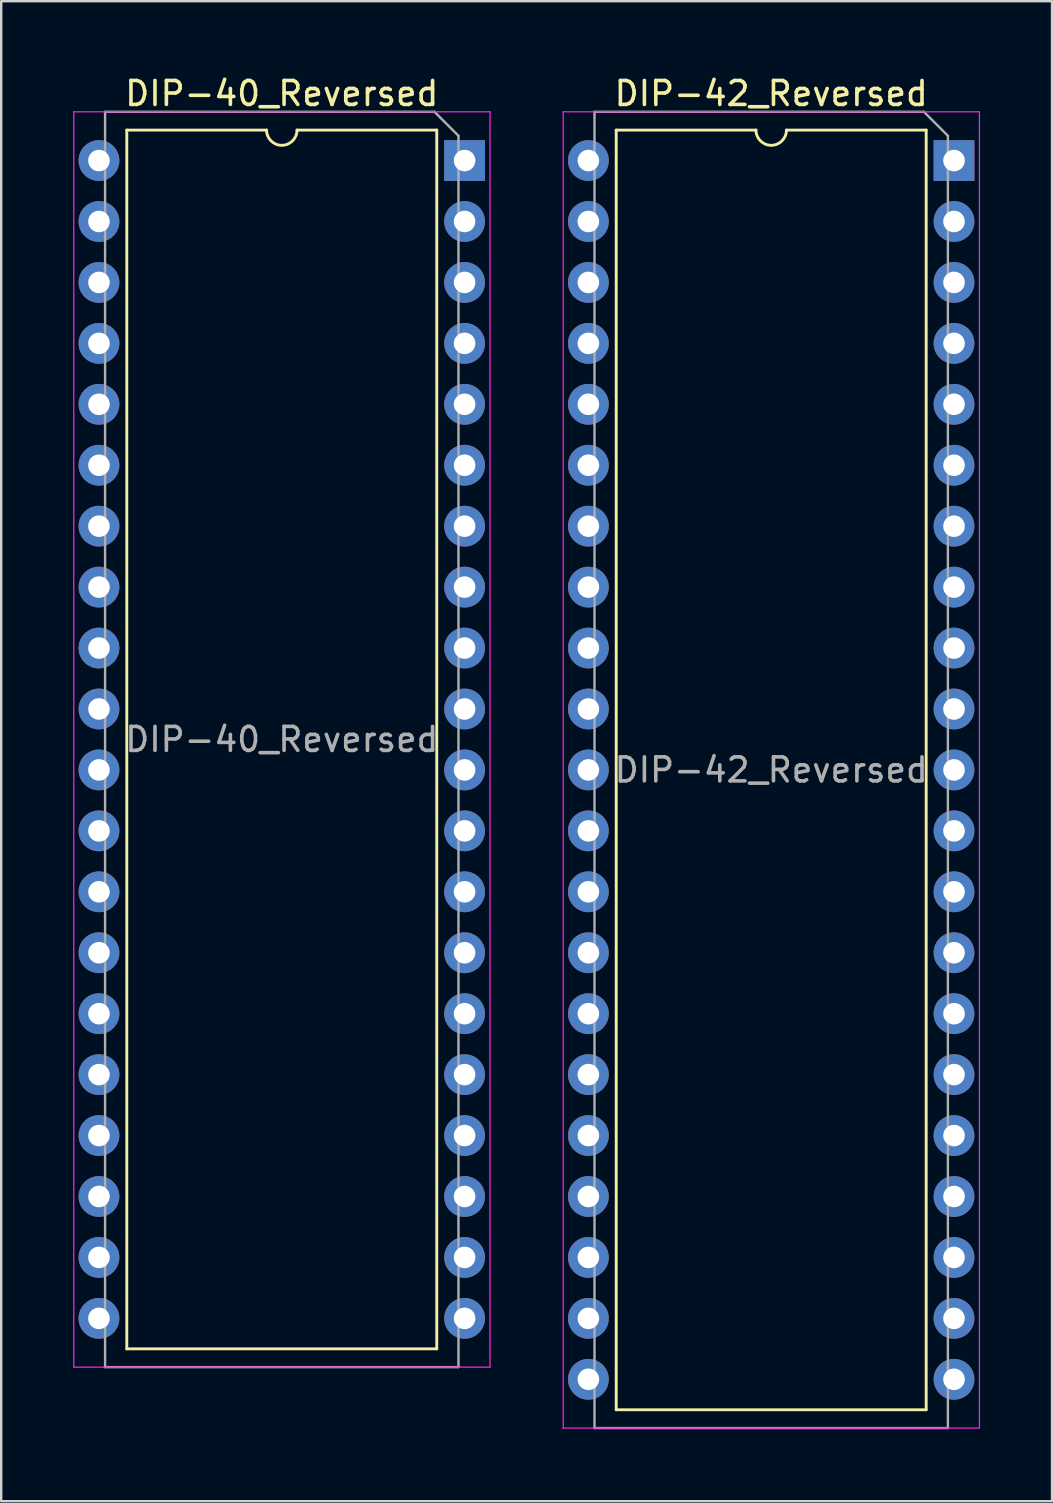
<source format=kicad_pcb>
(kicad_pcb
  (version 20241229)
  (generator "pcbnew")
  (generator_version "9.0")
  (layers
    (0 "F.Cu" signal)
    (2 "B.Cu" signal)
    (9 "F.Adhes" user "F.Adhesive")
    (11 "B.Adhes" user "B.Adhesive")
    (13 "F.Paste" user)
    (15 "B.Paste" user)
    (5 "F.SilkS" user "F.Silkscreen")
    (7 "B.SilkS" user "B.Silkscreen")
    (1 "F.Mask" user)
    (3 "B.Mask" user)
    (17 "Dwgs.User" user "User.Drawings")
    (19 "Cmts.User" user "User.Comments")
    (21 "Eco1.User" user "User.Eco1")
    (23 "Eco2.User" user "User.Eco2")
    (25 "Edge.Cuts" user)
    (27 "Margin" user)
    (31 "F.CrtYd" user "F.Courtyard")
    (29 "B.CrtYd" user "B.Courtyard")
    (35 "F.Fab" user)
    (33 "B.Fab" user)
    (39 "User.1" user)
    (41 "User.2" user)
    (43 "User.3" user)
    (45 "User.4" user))
  (footprint "DIP-40_Reversed"
    (layer "F.Cu")
    (at 16.315 3.642)
    (property "Reference" "DIP-40_Reversed" (at -7.62 -2.794 0) (layer "F.SilkS") (effects (font (size 1 1) (thickness 0.15))))
    (attr through_hole)
    (fp_line (start -14.08 -1.27) (end -14.08 49.53) (stroke (width 0.12) (type solid)) (layer "F.SilkS"))
    (fp_line (start -14.08 49.53) (end -1.16 49.53) (stroke (width 0.12) (type solid)) (layer "F.SilkS"))
    (fp_line (start -8.255 -1.27) (end -14.08 -1.27) (stroke (width 0.12) (type solid)) (layer "F.SilkS"))
    (fp_line (start -1.16 -1.27) (end -6.985 -1.27) (stroke (width 0.12) (type solid)) (layer "F.SilkS"))
    (fp_line (start -1.16 49.53) (end -1.16 -1.27) (stroke (width 0.12) (type solid)) (layer "F.SilkS"))
    (fp_arc (start -6.985 -1.27) (mid -7.62 -0.635) (end -8.255 -1.27) (stroke (width 0.12) (type solid)) (layer "F.SilkS"))
    (fp_line (start -16.29 -2.032) (end -16.29 50.292) (stroke (width 0.05) (type solid)) (layer "F.CrtYd"))
    (fp_line (start -16.29 50.292) (end 1.06 50.292) (stroke (width 0.05) (type solid)) (layer "F.CrtYd"))
    (fp_line (start 1.06 -2.032) (end -16.29 -2.032) (stroke (width 0.05) (type solid)) (layer "F.CrtYd"))
    (fp_line (start 1.06 50.292) (end 1.06 -2.032) (stroke (width 0.05) (type solid)) (layer "F.CrtYd"))
    (fp_line (start -14.985 -2.032) (end -14.985 50.292) (stroke (width 0.1) (type solid)) (layer "F.Fab"))
    (fp_line (start -1.255 -2.032) (end -14.985 -2.032) (stroke (width 0.1) (type solid)) (layer "F.Fab"))
    (fp_line (start -0.255 -1.032) (end -1.255 -2.032) (stroke (width 0.1) (type solid)) (layer "F.Fab"))
    (fp_line (start -0.255 50.292) (end -14.985 50.292) (stroke (width 0.1) (type solid)) (layer "F.Fab"))
    (fp_line (start -0.255 50.292) (end -0.255 -1.032) (stroke (width 0.1) (type solid)) (layer "F.Fab"))
    (fp_text user "${REFERENCE}" (at -7.62 24.13 0) (layer "F.Fab") (effects (font (size 1 1) (thickness 0.15))))
    (pad "1" thru_hole rect (at 0 0) (size 1.7 1.7) (drill 0.9) (layers "*.Cu" "*.Mask"))
    (pad "2" thru_hole oval (at 0 2.54) (size 1.7 1.7) (drill 0.9) (layers "*.Cu" "*.Mask"))
    (pad "3" thru_hole oval (at 0 5.08) (size 1.7 1.7) (drill 0.9) (layers "*.Cu" "*.Mask"))
    (pad "4" thru_hole oval (at 0 7.62) (size 1.7 1.7) (drill 0.9) (layers "*.Cu" "*.Mask"))
    (pad "5" thru_hole oval (at 0 10.16) (size 1.7 1.7) (drill 0.9) (layers "*.Cu" "*.Mask"))
    (pad "6" thru_hole oval (at 0 12.7) (size 1.7 1.7) (drill 0.9) (layers "*.Cu" "*.Mask"))
    (pad "7" thru_hole oval (at 0 15.24) (size 1.7 1.7) (drill 0.9) (layers "*.Cu" "*.Mask"))
    (pad "8" thru_hole oval (at 0 17.78) (size 1.7 1.7) (drill 0.9) (layers "*.Cu" "*.Mask"))
    (pad "9" thru_hole oval (at 0 20.32) (size 1.7 1.7) (drill 0.9) (layers "*.Cu" "*.Mask"))
    (pad "10" thru_hole oval (at 0 22.86) (size 1.7 1.7) (drill 0.9) (layers "*.Cu" "*.Mask"))
    (pad "11" thru_hole oval (at 0 25.4) (size 1.7 1.7) (drill 0.9) (layers "*.Cu" "*.Mask"))
    (pad "12" thru_hole oval (at 0 27.94) (size 1.7 1.7) (drill 0.9) (layers "*.Cu" "*.Mask"))
    (pad "13" thru_hole oval (at 0 30.48) (size 1.7 1.7) (drill 0.9) (layers "*.Cu" "*.Mask"))
    (pad "14" thru_hole oval (at 0 33.02) (size 1.7 1.7) (drill 0.9) (layers "*.Cu" "*.Mask"))
    (pad "15" thru_hole oval (at 0 35.56) (size 1.7 1.7) (drill 0.9) (layers "*.Cu" "*.Mask"))
    (pad "16" thru_hole oval (at 0 38.1) (size 1.7 1.7) (drill 0.9) (layers "*.Cu" "*.Mask"))
    (pad "17" thru_hole oval (at 0 40.64) (size 1.7 1.7) (drill 0.9) (layers "*.Cu" "*.Mask"))
    (pad "18" thru_hole oval (at 0 43.18) (size 1.7 1.7) (drill 0.9) (layers "*.Cu" "*.Mask"))
    (pad "19" thru_hole oval (at 0 45.72) (size 1.7 1.7) (drill 0.9) (layers "*.Cu" "*.Mask"))
    (pad "20" thru_hole oval (at 0 48.26) (size 1.7 1.7) (drill 0.9) (layers "*.Cu" "*.Mask"))
    (pad "21" thru_hole oval (at -15.24 48.26) (size 1.7 1.7) (drill 0.9) (layers "*.Cu" "*.Mask"))
    (pad "22" thru_hole oval (at -15.24 45.72) (size 1.7 1.7) (drill 0.9) (layers "*.Cu" "*.Mask"))
    (pad "23" thru_hole oval (at -15.24 43.18) (size 1.7 1.7) (drill 0.9) (layers "*.Cu" "*.Mask"))
    (pad "24" thru_hole oval (at -15.24 40.64) (size 1.7 1.7) (drill 0.9) (layers "*.Cu" "*.Mask"))
    (pad "25" thru_hole oval (at -15.24 38.1) (size 1.7 1.7) (drill 0.9) (layers "*.Cu" "*.Mask"))
    (pad "26" thru_hole oval (at -15.24 35.56) (size 1.7 1.7) (drill 0.9) (layers "*.Cu" "*.Mask"))
    (pad "27" thru_hole oval (at -15.24 33.02) (size 1.7 1.7) (drill 0.9) (layers "*.Cu" "*.Mask"))
    (pad "28" thru_hole oval (at -15.24 30.48) (size 1.7 1.7) (drill 0.9) (layers "*.Cu" "*.Mask"))
    (pad "29" thru_hole oval (at -15.24 27.94) (size 1.7 1.7) (drill 0.9) (layers "*.Cu" "*.Mask"))
    (pad "30" thru_hole oval (at -15.24 25.4) (size 1.7 1.7) (drill 0.9) (layers "*.Cu" "*.Mask"))
    (pad "31" thru_hole oval (at -15.24 22.86) (size 1.7 1.7) (drill 0.9) (layers "*.Cu" "*.Mask"))
    (pad "32" thru_hole oval (at -15.24 20.32) (size 1.7 1.7) (drill 0.9) (layers "*.Cu" "*.Mask"))
    (pad "33" thru_hole oval (at -15.24 17.78) (size 1.7 1.7) (drill 0.9) (layers "*.Cu" "*.Mask"))
    (pad "34" thru_hole oval (at -15.24 15.24) (size 1.7 1.7) (drill 0.9) (layers "*.Cu" "*.Mask"))
    (pad "35" thru_hole oval (at -15.24 12.7) (size 1.7 1.7) (drill 0.9) (layers "*.Cu" "*.Mask"))
    (pad "36" thru_hole oval (at -15.24 10.16) (size 1.7 1.7) (drill 0.9) (layers "*.Cu" "*.Mask"))
    (pad "37" thru_hole oval (at -15.24 7.62) (size 1.7 1.7) (drill 0.9) (layers "*.Cu" "*.Mask"))
    (pad "38" thru_hole oval (at -15.24 5.08) (size 1.7 1.7) (drill 0.9) (layers "*.Cu" "*.Mask"))
    (pad "39" thru_hole oval (at -15.24 2.54) (size 1.7 1.7) (drill 0.9) (layers "*.Cu" "*.Mask"))
    (pad "40" thru_hole oval (at -15.24 0) (size 1.7 1.7) (drill 0.9) (layers "*.Cu" "*.Mask")))
  (footprint "DIP-42_Reversed"
    (layer "F.Cu")
    (at 36.715 3.642)
    (property "Reference" "DIP-42_Reversed" (at -7.62 -2.794 0) (layer "F.SilkS") (effects (font (size 1 1) (thickness 0.15))))
    (attr through_hole)
    (fp_line (start -14.08 -1.27) (end -14.08 52.07) (stroke (width 0.12) (type solid)) (layer "F.SilkS"))
    (fp_line (start -14.08 52.07) (end -1.16 52.07) (stroke (width 0.12) (type solid)) (layer "F.SilkS"))
    (fp_line (start -8.255 -1.27) (end -14.08 -1.27) (stroke (width 0.12) (type solid)) (layer "F.SilkS"))
    (fp_line (start -1.16 -1.27) (end -6.985 -1.27) (stroke (width 0.12) (type solid)) (layer "F.SilkS"))
    (fp_line (start -1.16 52.07) (end -1.16 -1.27) (stroke (width 0.12) (type solid)) (layer "F.SilkS"))
    (fp_arc (start -6.985 -1.27) (mid -7.62 -0.635) (end -8.255 -1.27) (stroke (width 0.12) (type solid)) (layer "F.SilkS"))
    (fp_line (start -16.29 -2.032) (end -16.29 52.832) (stroke (width 0.05) (type solid)) (layer "F.CrtYd"))
    (fp_line (start -16.29 52.832) (end 1.06 52.832) (stroke (width 0.05) (type solid)) (layer "F.CrtYd"))
    (fp_line (start 1.06 -2.032) (end -16.29 -2.032) (stroke (width 0.05) (type solid)) (layer "F.CrtYd"))
    (fp_line (start 1.06 52.832) (end 1.06 -2.032) (stroke (width 0.05) (type solid)) (layer "F.CrtYd"))
    (fp_line (start -14.985 -2.032) (end -14.985 52.832) (stroke (width 0.1) (type solid)) (layer "F.Fab"))
    (fp_line (start -1.255 -2.032) (end -14.985 -2.032) (stroke (width 0.1) (type solid)) (layer "F.Fab"))
    (fp_line (start -0.255 -1.032) (end -1.255 -2.032) (stroke (width 0.1) (type solid)) (layer "F.Fab"))
    (fp_line (start -0.255 52.832) (end -14.985 52.832) (stroke (width 0.1) (type solid)) (layer "F.Fab"))
    (fp_line (start -0.255 52.832) (end -0.255 -1.032) (stroke (width 0.1) (type solid)) (layer "F.Fab"))
    (fp_text user "${REFERENCE}" (at -7.62 25.4 0) (layer "F.Fab") (effects (font (size 1 1) (thickness 0.15))))
    (pad "1" thru_hole rect (at 0 0) (size 1.7 1.7) (drill 0.9) (layers "*.Cu" "*.Mask"))
    (pad "2" thru_hole oval (at 0 2.54) (size 1.7 1.7) (drill 0.9) (layers "*.Cu" "*.Mask"))
    (pad "3" thru_hole oval (at 0 5.08) (size 1.7 1.7) (drill 0.9) (layers "*.Cu" "*.Mask"))
    (pad "4" thru_hole oval (at 0 7.62) (size 1.7 1.7) (drill 0.9) (layers "*.Cu" "*.Mask"))
    (pad "5" thru_hole oval (at 0 10.16) (size 1.7 1.7) (drill 0.9) (layers "*.Cu" "*.Mask"))
    (pad "6" thru_hole oval (at 0 12.7) (size 1.7 1.7) (drill 0.9) (layers "*.Cu" "*.Mask"))
    (pad "7" thru_hole oval (at 0 15.24) (size 1.7 1.7) (drill 0.9) (layers "*.Cu" "*.Mask"))
    (pad "8" thru_hole oval (at 0 17.78) (size 1.7 1.7) (drill 0.9) (layers "*.Cu" "*.Mask"))
    (pad "9" thru_hole oval (at 0 20.32) (size 1.7 1.7) (drill 0.9) (layers "*.Cu" "*.Mask"))
    (pad "10" thru_hole oval (at 0 22.86) (size 1.7 1.7) (drill 0.9) (layers "*.Cu" "*.Mask"))
    (pad "11" thru_hole oval (at 0 25.4) (size 1.7 1.7) (drill 0.9) (layers "*.Cu" "*.Mask"))
    (pad "12" thru_hole oval (at 0 27.94) (size 1.7 1.7) (drill 0.9) (layers "*.Cu" "*.Mask"))
    (pad "13" thru_hole oval (at 0 30.48) (size 1.7 1.7) (drill 0.9) (layers "*.Cu" "*.Mask"))
    (pad "14" thru_hole oval (at 0 33.02) (size 1.7 1.7) (drill 0.9) (layers "*.Cu" "*.Mask"))
    (pad "15" thru_hole oval (at 0 35.56) (size 1.7 1.7) (drill 0.9) (layers "*.Cu" "*.Mask"))
    (pad "16" thru_hole oval (at 0 38.1) (size 1.7 1.7) (drill 0.9) (layers "*.Cu" "*.Mask"))
    (pad "17" thru_hole oval (at 0 40.64) (size 1.7 1.7) (drill 0.9) (layers "*.Cu" "*.Mask"))
    (pad "18" thru_hole oval (at 0 43.18) (size 1.7 1.7) (drill 0.9) (layers "*.Cu" "*.Mask"))
    (pad "19" thru_hole oval (at 0 45.72) (size 1.7 1.7) (drill 0.9) (layers "*.Cu" "*.Mask"))
    (pad "20" thru_hole oval (at 0 48.26) (size 1.7 1.7) (drill 0.9) (layers "*.Cu" "*.Mask"))
    (pad "21" thru_hole oval (at 0 50.8) (size 1.7 1.7) (drill 0.9) (layers "*.Cu" "*.Mask"))
    (pad "22" thru_hole oval (at -15.24 50.8) (size 1.7 1.7) (drill 0.9) (layers "*.Cu" "*.Mask"))
    (pad "23" thru_hole oval (at -15.24 48.26) (size 1.7 1.7) (drill 0.9) (layers "*.Cu" "*.Mask"))
    (pad "24" thru_hole oval (at -15.24 45.72) (size 1.7 1.7) (drill 0.9) (layers "*.Cu" "*.Mask"))
    (pad "25" thru_hole oval (at -15.24 43.18) (size 1.7 1.7) (drill 0.9) (layers "*.Cu" "*.Mask"))
    (pad "26" thru_hole oval (at -15.24 40.64) (size 1.7 1.7) (drill 0.9) (layers "*.Cu" "*.Mask"))
    (pad "27" thru_hole oval (at -15.24 38.1) (size 1.7 1.7) (drill 0.9) (layers "*.Cu" "*.Mask"))
    (pad "28" thru_hole oval (at -15.24 35.56) (size 1.7 1.7) (drill 0.9) (layers "*.Cu" "*.Mask"))
    (pad "29" thru_hole oval (at -15.24 33.02) (size 1.7 1.7) (drill 0.9) (layers "*.Cu" "*.Mask"))
    (pad "30" thru_hole oval (at -15.24 30.48) (size 1.7 1.7) (drill 0.9) (layers "*.Cu" "*.Mask"))
    (pad "31" thru_hole oval (at -15.24 27.94) (size 1.7 1.7) (drill 0.9) (layers "*.Cu" "*.Mask"))
    (pad "32" thru_hole oval (at -15.24 25.4) (size 1.7 1.7) (drill 0.9) (layers "*.Cu" "*.Mask"))
    (pad "33" thru_hole oval (at -15.24 22.86) (size 1.7 1.7) (drill 0.9) (layers "*.Cu" "*.Mask"))
    (pad "34" thru_hole oval (at -15.24 20.32) (size 1.7 1.7) (drill 0.9) (layers "*.Cu" "*.Mask"))
    (pad "35" thru_hole oval (at -15.24 17.78) (size 1.7 1.7) (drill 0.9) (layers "*.Cu" "*.Mask"))
    (pad "36" thru_hole oval (at -15.24 15.24) (size 1.7 1.7) (drill 0.9) (layers "*.Cu" "*.Mask"))
    (pad "37" thru_hole oval (at -15.24 12.7) (size 1.7 1.7) (drill 0.9) (layers "*.Cu" "*.Mask"))
    (pad "38" thru_hole oval (at -15.24 10.16) (size 1.7 1.7) (drill 0.9) (layers "*.Cu" "*.Mask"))
    (pad "39" thru_hole oval (at -15.24 7.62) (size 1.7 1.7) (drill 0.9) (layers "*.Cu" "*.Mask"))
    (pad "40" thru_hole oval (at -15.24 5.08) (size 1.7 1.7) (drill 0.9) (layers "*.Cu" "*.Mask"))
    (pad "41" thru_hole oval (at -15.24 2.54) (size 1.7 1.7) (drill 0.9) (layers "*.Cu" "*.Mask"))
    (pad "42" thru_hole oval (at -15.24 0) (size 1.7 1.7) (drill 0.9) (layers "*.Cu" "*.Mask")))
  (gr_rect
    (start -3 -3)
    (end 40.8 59.524)
    (stroke (width 0.1) (type default))
    (fill no)
    (layer "Edge.Cuts")))
</source>
